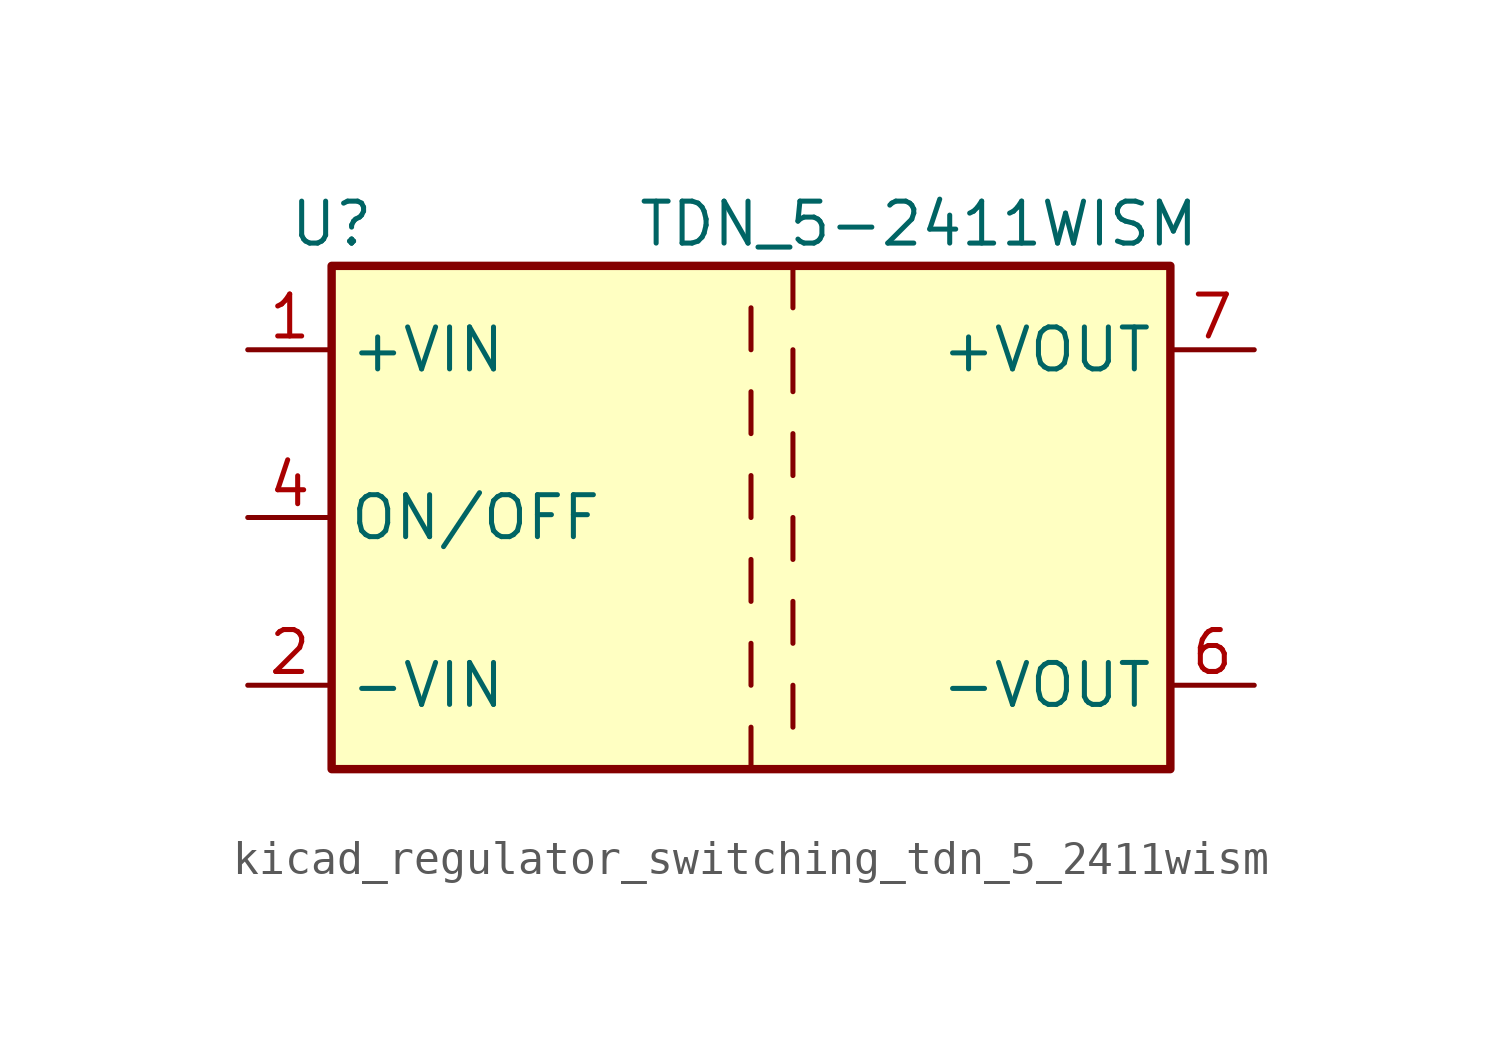
<source format=kicad_sym>
(kicad_symbol_lib
  (version 20220914)
  (generator kicad_symbol_editor)
  (symbol "kicad_regulator_switching_tdn_5_2411wism"
    (property "Reference" "U"
      (at -12.7 8.89 0)
      (effects (font (size 1.27 1.27))))
    (property "Value" "TDN_5-2411WISM"
      (at 5.08 8.89 0)
      (effects (font (size 1.27 1.27))))
    (symbol "kicad_regulator_switching_tdn_5_2411wism_0_1"
      (rectangle (start -12.7 7.62) (end 12.7 -7.62) (stroke (width 0.254) (type default)) (fill (type background))))
    (symbol "kicad_regulator_switching_tdn_5_2411wism_1_1"
      (polyline (pts (xy 0 -6.35) (xy 0 -7.62)) (stroke (width 0) (type default)) (fill (type none)))
      (polyline (pts (xy 0 -3.81) (xy 0 -5.08)) (stroke (width 0) (type default)) (fill (type none)))
      (polyline (pts (xy 0 -1.27) (xy 0 -2.54)) (stroke (width 0) (type default)) (fill (type none)))
      (polyline (pts (xy 0 1.27) (xy 0 0)) (stroke (width 0) (type default)) (fill (type none)))
      (polyline (pts (xy 0 3.81) (xy 0 2.54)) (stroke (width 0) (type default)) (fill (type none)))
      (polyline (pts (xy 0 6.35) (xy 0 5.08)) (stroke (width 0) (type default)) (fill (type none)))
      (polyline (pts (xy 1.27 -5.08) (xy 1.27 -6.35)) (stroke (width 0) (type default)) (fill (type none)))
      (polyline (pts (xy 1.27 -2.54) (xy 1.27 -3.81)) (stroke (width 0) (type default)) (fill (type none)))
      (polyline (pts (xy 1.27 0) (xy 1.27 -1.27)) (stroke (width 0) (type default)) (fill (type none)))
      (polyline (pts (xy 1.27 2.54) (xy 1.27 1.27)) (stroke (width 0) (type default)) (fill (type none)))
      (polyline (pts (xy 1.27 5.08) (xy 1.27 3.81)) (stroke (width 0) (type default)) (fill (type none)))
      (polyline (pts (xy 1.27 7.62) (xy 1.27 6.35)) (stroke (width 0) (type default)) (fill (type none)))
      (pin power_in line (at -15.24 5.08 0) (length 2.54) (name "+VIN" (effects (font (size 1.27 1.27)))) (number "1" (effects (font (size 1.27 1.27)))))
      (pin power_in line (at -15.24 -5.08 0) (length 2.54) (name "-VIN" (effects (font (size 1.27 1.27)))) (number "2" (effects (font (size 1.27 1.27)))))
      (pin input line (at -15.24 0 0) (length 2.54) (name "ON/OFF" (effects (font (size 1.27 1.27)))) (number "4" (effects (font (size 1.27 1.27)))))
      (pin no_connect line (at 12.7 2.54 180) (length 2.54) hide (name "NC" (effects (font (size 1.27 1.27)))) (number "5" (effects (font (size 1.27 1.27)))))
      (pin power_out line (at 15.24 -5.08 180) (length 2.54) (name "-VOUT" (effects (font (size 1.27 1.27)))) (number "6" (effects (font (size 1.27 1.27)))))
      (pin power_out line (at 15.24 5.08 180) (length 2.54) (name "+VOUT" (effects (font (size 1.27 1.27)))) (number "7" (effects (font (size 1.27 1.27))))))))
</source>
